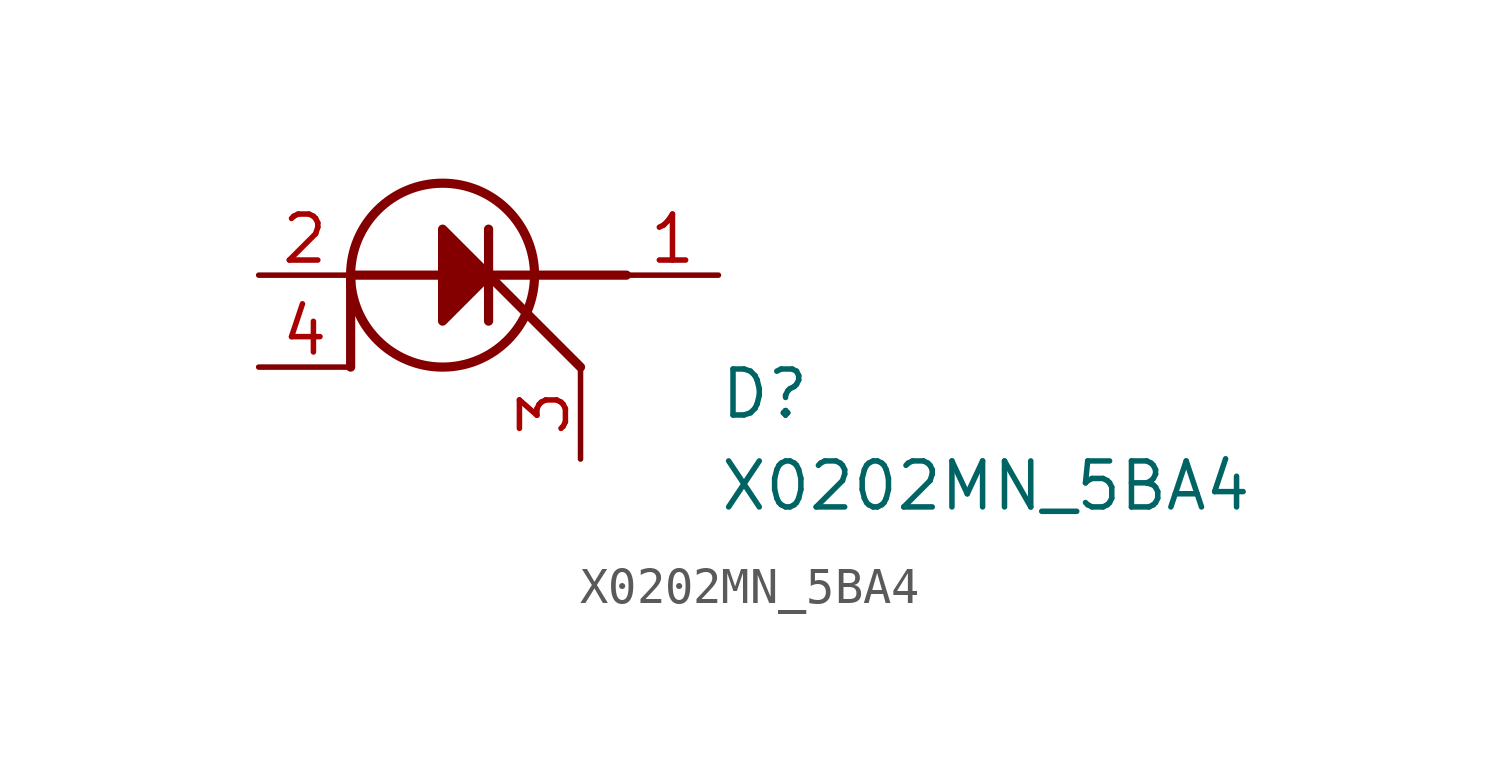
<source format=kicad_sym>
(kicad_symbol_lib
  (version 20241209)
  (generator "kicad_symbol_editor")
  (generator_version "9.0")
  (symbol "X0202MN_5BA4"
    (pin_names
      (hide yes))
    (property "Reference" "D"
      (at 13.97 -2.54 0)
      (effects (font (size 1.27 1.27)) (justify left top)))
    (property "Value" "X0202MN_5BA4"
      (at 13.97 -5.08 0)
      (effects (font (size 1.27 1.27)) (justify left top)))
    (symbol "X0202MN_5BA4_0_1"
      (polyline (pts (xy 3.81 -2.54) (xy 3.81 -2.54)) (stroke (width 0) (type default)) (fill (type none))))
    (symbol "X0202MN_5BA4_1_1"
      (polyline (pts (xy 3.81 0) (xy 3.81 -2.54)) (stroke (width 0.254) (type default)) (fill (type none)))
      (polyline (pts (xy 3.81 0) (xy 6.35 0)) (stroke (width 0.254) (type default)) (fill (type none)))
      (circle (center 6.35 0) (radius 2.54) (stroke (width 0.254) (type default)) (fill (type none)))
      (polyline (pts (xy 7.62 0) (xy 10.16 -2.54)) (stroke (width 0.254) (type default)) (fill (type none)))
      (polyline (pts (xy 7.62 0) (xy 11.43 0)) (stroke (width 0.254) (type default)) (fill (type none)))
      (polyline (pts (xy 7.62 0) (xy 6.35 1.27) (xy 6.35 -1.27) (xy 7.62 0)) (stroke (width 0.254) (type default)) (fill (type outline)))
      (polyline (pts (xy 7.62 -1.27) (xy 7.62 1.27)) (stroke (width 0.254) (type default)) (fill (type none)))
      (pin passive line (at 1.27 0 0) (length 2.54) (name "A_1" (effects (font (size 1.27 1.27)))) (number "2" (effects (font (size 1.27 1.27)))))
      (pin passive line (at 1.27 -2.54 0) (length 2.54) (name "A_2" (effects (font (size 1.27 1.27)))) (number "4" (effects (font (size 1.27 1.27)))))
      (pin passive line (at 10.16 -5.08 90) (length 2.54) (name "G" (effects (font (size 1.27 1.27)))) (number "3" (effects (font (size 1.27 1.27)))))
      (pin passive line (at 13.97 0 180) (length 2.54) (name "K" (effects (font (size 1.27 1.27)))) (number "1" (effects (font (size 1.27 1.27))))))))
</source>
